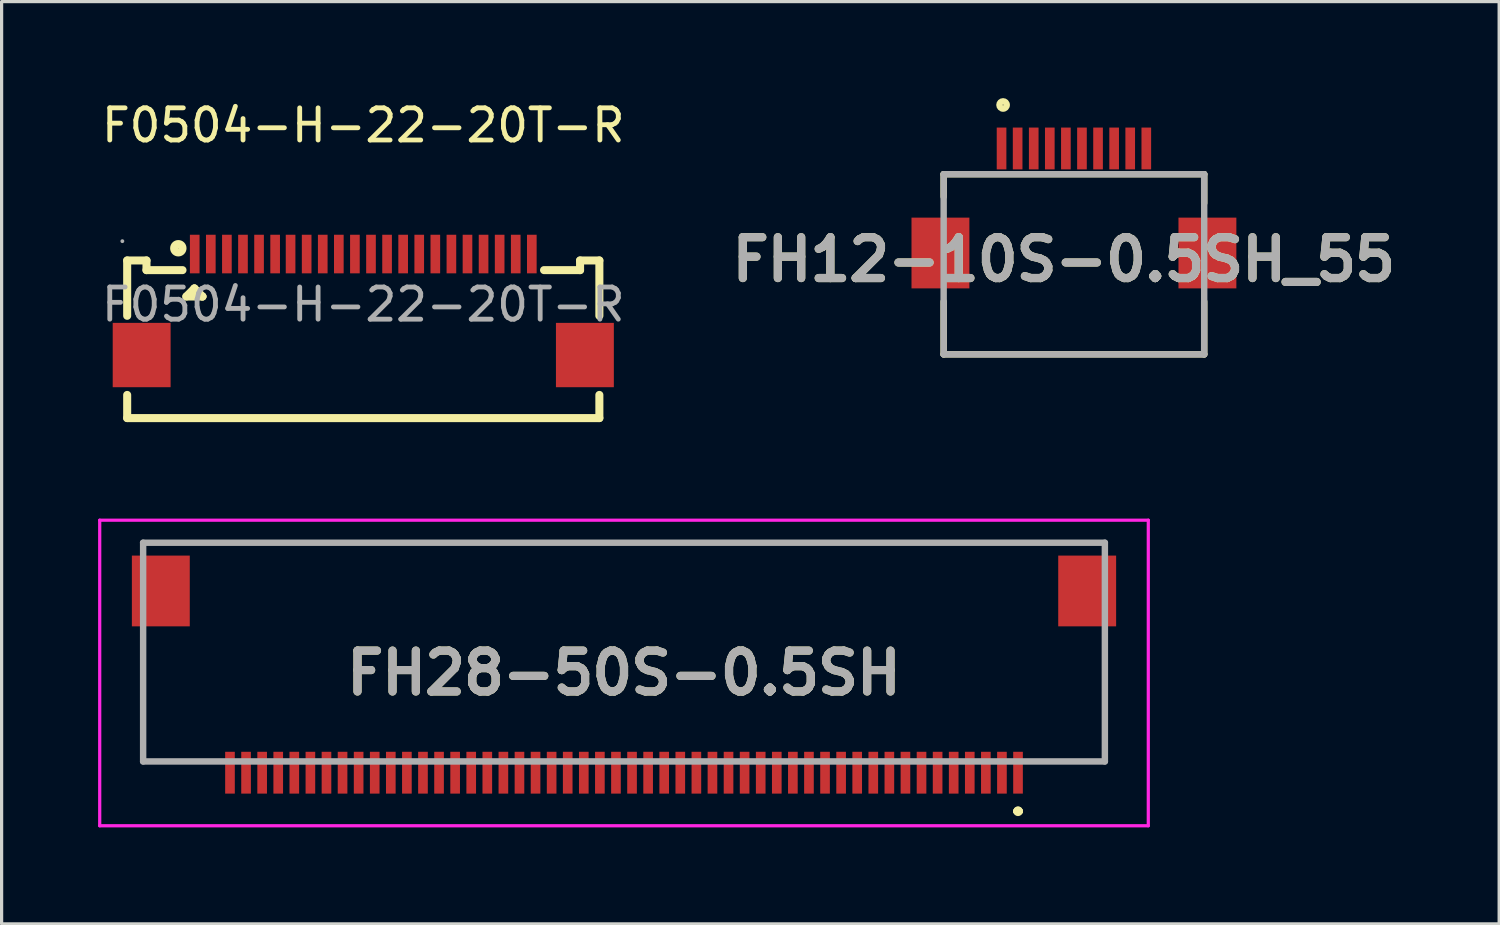
<source format=kicad_pcb>
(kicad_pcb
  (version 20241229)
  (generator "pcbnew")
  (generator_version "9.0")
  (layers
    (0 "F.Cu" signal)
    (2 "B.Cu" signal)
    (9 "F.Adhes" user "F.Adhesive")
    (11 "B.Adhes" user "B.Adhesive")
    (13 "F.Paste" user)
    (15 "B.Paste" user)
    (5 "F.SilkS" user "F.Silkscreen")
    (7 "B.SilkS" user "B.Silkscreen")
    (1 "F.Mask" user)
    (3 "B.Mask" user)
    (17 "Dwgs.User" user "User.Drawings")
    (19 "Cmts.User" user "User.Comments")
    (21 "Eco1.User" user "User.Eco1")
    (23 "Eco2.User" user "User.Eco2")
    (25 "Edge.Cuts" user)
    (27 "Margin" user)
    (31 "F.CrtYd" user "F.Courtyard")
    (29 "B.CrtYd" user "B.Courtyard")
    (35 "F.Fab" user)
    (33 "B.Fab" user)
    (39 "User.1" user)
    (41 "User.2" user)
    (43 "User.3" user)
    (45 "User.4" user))
  (footprint "FH12-10S-0.5SH_55"
    (layer "F.Cu")
    (at 30.338 1.566)
    (property "Reference" "FH12-10S-0.5SH_55" (at -0.315 3.454 0) (layer "F.SilkS") (effects (font (size 1.27 1.27) (thickness 0.254))))
    (attr smd)
    (fp_line (start -4.05 0.8) (end -4.05 1.5) (stroke (width 0.2) (type solid)) (layer "F.SilkS"))
    (fp_line (start -4.05 0.8) (end 4.05 0.8) (stroke (width 0.2) (type solid)) (layer "F.SilkS"))
    (fp_line (start -4.05 6.4) (end -4.05 4.76) (stroke (width 0.2) (type solid)) (layer "F.SilkS"))
    (fp_line (start -4.05 6.4) (end 4.05 6.4) (stroke (width 0.2) (type solid)) (layer "F.SilkS"))
    (fp_line (start 4.05 0.8) (end 4.05 1.7) (stroke (width 0.2) (type solid)) (layer "F.SilkS"))
    (fp_line (start 4.05 6.4) (end 4.05 4.76) (stroke (width 0.2) (type solid)) (layer "F.SilkS"))
    (fp_circle (center -2.203 -1.353) (end -2.203 -1.24) (stroke (width 0.2) (type solid)) (fill no) (layer "F.SilkS"))
    (fp_line (start -4.05 0.8) (end 4.05 0.8) (stroke (width 0.2) (type solid)) (layer "F.Fab"))
    (fp_line (start -4.05 6.4) (end -4.05 0.8) (stroke (width 0.2) (type solid)) (layer "F.Fab"))
    (fp_line (start 4.05 0.8) (end 4.05 6.4) (stroke (width 0.2) (type solid)) (layer "F.Fab"))
    (fp_line (start 4.05 6.4) (end -4.05 6.4) (stroke (width 0.2) (type solid)) (layer "F.Fab"))
    (fp_text user "${REFERENCE}" (at -0.315 3.454 0) (layer "F.Fab") (effects (font (size 1.27 1.27) (thickness 0.254))))
    (pad "1" smd rect (at -2.25 0) (size 0.3 1.3) (layers "F.Cu" "F.Mask" "F.Paste"))
    (pad "2" smd rect (at -1.75 0) (size 0.3 1.3) (layers "F.Cu" "F.Mask" "F.Paste"))
    (pad "3" smd rect (at -1.25 0) (size 0.3 1.3) (layers "F.Cu" "F.Mask" "F.Paste"))
    (pad "4" smd rect (at -0.75 0) (size 0.3 1.3) (layers "F.Cu" "F.Mask" "F.Paste"))
    (pad "5" smd rect (at -0.25 0) (size 0.3 1.3) (layers "F.Cu" "F.Mask" "F.Paste"))
    (pad "6" smd rect (at 0.25 0) (size 0.3 1.3) (layers "F.Cu" "F.Mask" "F.Paste"))
    (pad "7" smd rect (at 0.75 0) (size 0.3 1.3) (layers "F.Cu" "F.Mask" "F.Paste"))
    (pad "8" smd rect (at 1.25 0) (size 0.3 1.3) (layers "F.Cu" "F.Mask" "F.Paste"))
    (pad "9" smd rect (at 1.75 0) (size 0.3 1.3) (layers "F.Cu" "F.Mask" "F.Paste"))
    (pad "10" smd rect (at 2.25 0) (size 0.3 1.3) (layers "F.Cu" "F.Mask" "F.Paste"))
    (pad "11" smd rect (at -4.15 3.25) (size 1.8 2.2) (layers "F.Cu" "F.Mask" "F.Paste"))
    (pad "12" smd rect (at 4.15 3.25) (size 1.8 2.2) (layers "F.Cu" "F.Mask" "F.Paste")))
  (footprint "F0504-H-22-20T-R"
    (layer "F.Cu")
    (at 8.244 6.418)
    (property "Reference" "F0504-H-22-20T-R" (at 0 -5.57 0) (layer "F.SilkS") (effects (font (size 1 1) (thickness 0.15))))
    (attr smd)
    (fp_line (start -7.34 -1.37) (end -6.74 -1.37) (stroke (width 0.25) (type solid)) (layer "F.SilkS"))
    (fp_line (start -7.34 0.35) (end -7.34 -1.37) (stroke (width 0.25) (type solid)) (layer "F.SilkS"))
    (fp_line (start -7.34 3.53) (end -7.34 2.81) (stroke (width 0.25) (type solid)) (layer "F.SilkS"))
    (fp_line (start -6.74 -1.37) (end -6.74 -1.07) (stroke (width 0.25) (type solid)) (layer "F.SilkS"))
    (fp_line (start -6.74 -1.07) (end -5.62 -1.07) (stroke (width 0.25) (type solid)) (layer "F.SilkS"))
    (fp_line (start -5.5 -0.25) (end -5 -0.25) (stroke (width 0.25) (type solid)) (layer "F.SilkS"))
    (fp_line (start -5.25 -0.5) (end -5.5 -0.25) (stroke (width 0.25) (type solid)) (layer "F.SilkS"))
    (fp_line (start -5.25 -0.5) (end -5.25 -0.5) (stroke (width 0.25) (type solid)) (layer "F.SilkS"))
    (fp_line (start -5 -0.25) (end -5.25 -0.5) (stroke (width 0.25) (type solid)) (layer "F.SilkS"))
    (fp_line (start -5 -0.25) (end -5 -0.25) (stroke (width 0.25) (type solid)) (layer "F.SilkS"))
    (fp_line (start 5.62 -1.07) (end 6.74 -1.07) (stroke (width 0.25) (type solid)) (layer "F.SilkS"))
    (fp_line (start 6.74 -1.37) (end 6.74 -1.07) (stroke (width 0.25) (type solid)) (layer "F.SilkS"))
    (fp_line (start 7.34 -1.37) (end 6.74 -1.37) (stroke (width 0.25) (type solid)) (layer "F.SilkS"))
    (fp_line (start 7.34 -1.37) (end 7.34 0.35) (stroke (width 0.25) (type solid)) (layer "F.SilkS"))
    (fp_line (start 7.34 2.81) (end 7.34 3.53) (stroke (width 0.25) (type solid)) (layer "F.SilkS"))
    (fp_line (start 7.34 3.53) (end -7.34 3.53) (stroke (width 0.25) (type solid)) (layer "F.SilkS"))
    (fp_circle (center -5.75 -1.75) (end -5.62 -1.75) (stroke (width 0.25) (type solid)) (fill no) (layer "F.SilkS"))
    (fp_circle (center -7.49 -1.97) (end -7.46 -1.97) (stroke (width 0.06) (type solid)) (fill no) (layer "F.Fab"))
    (fp_text user "${REFERENCE}" (at 0 0 0) (layer "F.Fab") (effects (font (size 1 1) (thickness 0.15))))
    (pad "1" smd rect (at -5.24 -1.57) (size 0.3 1.2) (layers "F.Cu" "F.Mask" "F.Paste"))
    (pad "2" smd rect (at -4.74 -1.57) (size 0.3 1.2) (layers "F.Cu" "F.Mask" "F.Paste"))
    (pad "3" smd rect (at -4.24 -1.57) (size 0.3 1.2) (layers "F.Cu" "F.Mask" "F.Paste"))
    (pad "4" smd rect (at -3.74 -1.57) (size 0.3 1.2) (layers "F.Cu" "F.Mask" "F.Paste"))
    (pad "5" smd rect (at -3.24 -1.57) (size 0.3 1.2) (layers "F.Cu" "F.Mask" "F.Paste"))
    (pad "6" smd rect (at -2.74 -1.57) (size 0.3 1.2) (layers "F.Cu" "F.Mask" "F.Paste"))
    (pad "7" smd rect (at -2.26 -1.57) (size 0.3 1.2) (layers "F.Cu" "F.Mask" "F.Paste"))
    (pad "8" smd rect (at -1.76 -1.57) (size 0.3 1.2) (layers "F.Cu" "F.Mask" "F.Paste"))
    (pad "9" smd rect (at -1.26 -1.57) (size 0.3 1.2) (layers "F.Cu" "F.Mask" "F.Paste"))
    (pad "10" smd rect (at -0.76 -1.57) (size 0.3 1.2) (layers "F.Cu" "F.Mask" "F.Paste"))
    (pad "11" smd rect (at -0.26 -1.57) (size 0.3 1.2) (layers "F.Cu" "F.Mask" "F.Paste"))
    (pad "12" smd rect (at 0.24 -1.57) (size 0.3 1.2) (layers "F.Cu" "F.Mask" "F.Paste"))
    (pad "13" smd rect (at 0.74 -1.57) (size 0.3 1.2) (layers "F.Cu" "F.Mask" "F.Paste"))
    (pad "14" smd rect (at 1.24 -1.57) (size 0.3 1.2) (layers "F.Cu" "F.Mask" "F.Paste"))
    (pad "15" smd rect (at 1.74 -1.57) (size 0.3 1.2) (layers "F.Cu" "F.Mask" "F.Paste"))
    (pad "16" smd rect (at 2.24 -1.57) (size 0.3 1.2) (layers "F.Cu" "F.Mask" "F.Paste"))
    (pad "17" smd rect (at 2.74 -1.57) (size 0.3 1.2) (layers "F.Cu" "F.Mask" "F.Paste"))
    (pad "18" smd rect (at 3.24 -1.57) (size 0.3 1.2) (layers "F.Cu" "F.Mask" "F.Paste"))
    (pad "19" smd rect (at 3.74 -1.57) (size 0.3 1.2) (layers "F.Cu" "F.Mask" "F.Paste"))
    (pad "20" smd rect (at 4.24 -1.57) (size 0.3 1.2) (layers "F.Cu" "F.Mask" "F.Paste"))
    (pad "21" smd rect (at 4.74 -1.57) (size 0.3 1.2) (layers "F.Cu" "F.Mask" "F.Paste"))
    (pad "22" smd rect (at 5.24 -1.57) (size 0.3 1.2) (layers "F.Cu" "F.Mask" "F.Paste"))
    (pad "23" smd rect (at 6.89 1.57 90) (size 2 1.8) (layers "F.Cu" "F.Mask" "F.Paste"))
    (pad "24" smd rect (at -6.89 1.57 90) (size 2 1.8) (layers "F.Cu" "F.Mask" "F.Paste")))
  (footprint "FH28-50S-0.5SH"
    (layer "F.Cu")
    (at 16.35 17.873)
    (property "Reference" "FH28-50S-0.5SH" (at 0 0 0) (layer "F.SilkS") (effects (font (size 1.27 1.27) (thickness 0.254))))
    (attr smd)
    (fp_line (start -15 -4.05) (end 14.95 -4.05) (stroke (width 0.1) (type solid)) (layer "F.SilkS"))
    (fp_line (start -14.95 -0.25) (end -14.95 -0.25) (stroke (width 0.1) (type solid)) (layer "F.SilkS"))
    (fp_line (start -14.95 -0.25) (end -14.95 2.75) (stroke (width 0.1) (type solid)) (layer "F.SilkS"))
    (fp_line (start -14.95 2.75) (end -14.95 -0.25) (stroke (width 0.1) (type solid)) (layer "F.SilkS"))
    (fp_line (start -14.95 2.75) (end -14.95 2.75) (stroke (width 0.1) (type solid)) (layer "F.SilkS"))
    (fp_line (start 12.2 4.3) (end 12.2 4.3) (stroke (width 0.2) (type solid)) (layer "F.SilkS"))
    (fp_line (start 12.3 4.3) (end 12.3 4.3) (stroke (width 0.2) (type solid)) (layer "F.SilkS"))
    (fp_line (start 12.3 4.3) (end 12.3 4.3) (stroke (width 0.2) (type solid)) (layer "F.SilkS"))
    (fp_line (start 13 2.75) (end 13 2.75) (stroke (width 0.1) (type solid)) (layer "F.SilkS"))
    (fp_line (start 13 2.75) (end 14.95 2.75) (stroke (width 0.1) (type solid)) (layer "F.SilkS"))
    (fp_line (start 14.95 -0.25) (end 14.95 -0.25) (stroke (width 0.1) (type solid)) (layer "F.SilkS"))
    (fp_line (start 14.95 -0.25) (end 14.95 2.75) (stroke (width 0.1) (type solid)) (layer "F.SilkS"))
    (fp_line (start 14.95 2.75) (end 13 2.75) (stroke (width 0.1) (type solid)) (layer "F.SilkS"))
    (fp_line (start 14.95 2.75) (end 14.95 -0.25) (stroke (width 0.1) (type solid)) (layer "F.SilkS"))
    (fp_line (start 14.95 2.75) (end 14.95 2.75) (stroke (width 0.1) (type solid)) (layer "F.SilkS"))
    (fp_line (start 14.95 2.75) (end 14.95 2.75) (stroke (width 0.1) (type solid)) (layer "F.SilkS"))
    (fp_arc (start 12.2 4.3) (mid 12.25 4.25) (end 12.3 4.3) (stroke (width 0.2) (type solid)) (layer "F.SilkS"))
    (fp_arc (start 12.2 4.3) (mid 12.25 4.25) (end 12.3 4.3) (stroke (width 0.2) (type solid)) (layer "F.SilkS"))
    (fp_arc (start 12.3 4.3) (mid 12.25 4.35) (end 12.2 4.3) (stroke (width 0.2) (type solid)) (layer "F.SilkS"))
    (fp_line (start -16.3 -4.75) (end -16.3 4.75) (stroke (width 0.1) (type solid)) (layer "F.CrtYd"))
    (fp_line (start -16.3 4.75) (end 16.3 4.75) (stroke (width 0.1) (type solid)) (layer "F.CrtYd"))
    (fp_line (start 16.3 -4.75) (end -16.3 -4.75) (stroke (width 0.1) (type solid)) (layer "F.CrtYd"))
    (fp_line (start 16.3 4.75) (end 16.3 -4.75) (stroke (width 0.1) (type solid)) (layer "F.CrtYd"))
    (fp_line (start -14.95 -4.05) (end 14.95 -4.05) (stroke (width 0.2) (type solid)) (layer "F.Fab"))
    (fp_line (start -14.95 2.75) (end -14.95 -4.05) (stroke (width 0.2) (type solid)) (layer "F.Fab"))
    (fp_line (start 14.95 -4.05) (end 14.95 2.75) (stroke (width 0.2) (type solid)) (layer "F.Fab"))
    (fp_line (start 14.95 2.75) (end -14.95 2.75) (stroke (width 0.2) (type solid)) (layer "F.Fab"))
    (fp_text user "${REFERENCE}" (at 0 0 0) (layer "F.Fab") (effects (font (size 1.27 1.27) (thickness 0.254))))
    (pad "1" smd rect (at 12.25 3.1) (size 0.3 1.3) (layers "F.Cu" "F.Mask" "F.Paste"))
    (pad "2" smd rect (at 11.75 3.1) (size 0.3 1.3) (layers "F.Cu" "F.Mask" "F.Paste"))
    (pad "3" smd rect (at 11.25 3.1) (size 0.3 1.3) (layers "F.Cu" "F.Mask" "F.Paste"))
    (pad "4" smd rect (at 10.75 3.1) (size 0.3 1.3) (layers "F.Cu" "F.Mask" "F.Paste"))
    (pad "5" smd rect (at 10.25 3.1) (size 0.3 1.3) (layers "F.Cu" "F.Mask" "F.Paste"))
    (pad "6" smd rect (at 9.75 3.1) (size 0.3 1.3) (layers "F.Cu" "F.Mask" "F.Paste"))
    (pad "7" smd rect (at 9.25 3.1) (size 0.3 1.3) (layers "F.Cu" "F.Mask" "F.Paste"))
    (pad "8" smd rect (at 8.75 3.1) (size 0.3 1.3) (layers "F.Cu" "F.Mask" "F.Paste"))
    (pad "9" smd rect (at 8.25 3.1) (size 0.3 1.3) (layers "F.Cu" "F.Mask" "F.Paste"))
    (pad "10" smd rect (at 7.75 3.1) (size 0.3 1.3) (layers "F.Cu" "F.Mask" "F.Paste"))
    (pad "11" smd rect (at 7.25 3.1) (size 0.3 1.3) (layers "F.Cu" "F.Mask" "F.Paste"))
    (pad "12" smd rect (at 6.75 3.1) (size 0.3 1.3) (layers "F.Cu" "F.Mask" "F.Paste"))
    (pad "13" smd rect (at 6.25 3.1) (size 0.3 1.3) (layers "F.Cu" "F.Mask" "F.Paste"))
    (pad "14" smd rect (at 5.75 3.1) (size 0.3 1.3) (layers "F.Cu" "F.Mask" "F.Paste"))
    (pad "15" smd rect (at 5.25 3.1) (size 0.3 1.3) (layers "F.Cu" "F.Mask" "F.Paste"))
    (pad "16" smd rect (at 4.75 3.1) (size 0.3 1.3) (layers "F.Cu" "F.Mask" "F.Paste"))
    (pad "17" smd rect (at 4.25 3.1) (size 0.3 1.3) (layers "F.Cu" "F.Mask" "F.Paste"))
    (pad "18" smd rect (at 3.75 3.1) (size 0.3 1.3) (layers "F.Cu" "F.Mask" "F.Paste"))
    (pad "19" smd rect (at 3.25 3.1) (size 0.3 1.3) (layers "F.Cu" "F.Mask" "F.Paste"))
    (pad "20" smd rect (at 2.75 3.1) (size 0.3 1.3) (layers "F.Cu" "F.Mask" "F.Paste"))
    (pad "21" smd rect (at 2.25 3.1) (size 0.3 1.3) (layers "F.Cu" "F.Mask" "F.Paste"))
    (pad "22" smd rect (at 1.75 3.1) (size 0.3 1.3) (layers "F.Cu" "F.Mask" "F.Paste"))
    (pad "23" smd rect (at 1.25 3.1) (size 0.3 1.3) (layers "F.Cu" "F.Mask" "F.Paste"))
    (pad "24" smd rect (at 0.75 3.1) (size 0.3 1.3) (layers "F.Cu" "F.Mask" "F.Paste"))
    (pad "25" smd rect (at 0.25 3.1) (size 0.3 1.3) (layers "F.Cu" "F.Mask" "F.Paste"))
    (pad "26" smd rect (at -0.25 3.1) (size 0.3 1.3) (layers "F.Cu" "F.Mask" "F.Paste"))
    (pad "27" smd rect (at -0.75 3.1) (size 0.3 1.3) (layers "F.Cu" "F.Mask" "F.Paste"))
    (pad "28" smd rect (at -1.25 3.1) (size 0.3 1.3) (layers "F.Cu" "F.Mask" "F.Paste"))
    (pad "29" smd rect (at -1.75 3.1) (size 0.3 1.3) (layers "F.Cu" "F.Mask" "F.Paste"))
    (pad "30" smd rect (at -2.25 3.1) (size 0.3 1.3) (layers "F.Cu" "F.Mask" "F.Paste"))
    (pad "31" smd rect (at -2.75 3.1) (size 0.3 1.3) (layers "F.Cu" "F.Mask" "F.Paste"))
    (pad "32" smd rect (at -3.25 3.1) (size 0.3 1.3) (layers "F.Cu" "F.Mask" "F.Paste"))
    (pad "33" smd rect (at -3.75 3.1) (size 0.3 1.3) (layers "F.Cu" "F.Mask" "F.Paste"))
    (pad "34" smd rect (at -4.25 3.1) (size 0.3 1.3) (layers "F.Cu" "F.Mask" "F.Paste"))
    (pad "35" smd rect (at -4.75 3.1) (size 0.3 1.3) (layers "F.Cu" "F.Mask" "F.Paste"))
    (pad "36" smd rect (at -5.25 3.1) (size 0.3 1.3) (layers "F.Cu" "F.Mask" "F.Paste"))
    (pad "37" smd rect (at -5.75 3.1) (size 0.3 1.3) (layers "F.Cu" "F.Mask" "F.Paste"))
    (pad "38" smd rect (at -6.25 3.1) (size 0.3 1.3) (layers "F.Cu" "F.Mask" "F.Paste"))
    (pad "39" smd rect (at -6.75 3.1) (size 0.3 1.3) (layers "F.Cu" "F.Mask" "F.Paste"))
    (pad "40" smd rect (at -7.25 3.1) (size 0.3 1.3) (layers "F.Cu" "F.Mask" "F.Paste"))
    (pad "41" smd rect (at -7.75 3.1) (size 0.3 1.3) (layers "F.Cu" "F.Mask" "F.Paste"))
    (pad "42" smd rect (at -8.25 3.1) (size 0.3 1.3) (layers "F.Cu" "F.Mask" "F.Paste"))
    (pad "43" smd rect (at -8.75 3.1) (size 0.3 1.3) (layers "F.Cu" "F.Mask" "F.Paste"))
    (pad "44" smd rect (at -9.25 3.1) (size 0.3 1.3) (layers "F.Cu" "F.Mask" "F.Paste"))
    (pad "45" smd rect (at -9.75 3.1) (size 0.3 1.3) (layers "F.Cu" "F.Mask" "F.Paste"))
    (pad "46" smd rect (at -10.25 3.1) (size 0.3 1.3) (layers "F.Cu" "F.Mask" "F.Paste"))
    (pad "47" smd rect (at -10.75 3.1) (size 0.3 1.3) (layers "F.Cu" "F.Mask" "F.Paste"))
    (pad "48" smd rect (at -11.25 3.1) (size 0.3 1.3) (layers "F.Cu" "F.Mask" "F.Paste"))
    (pad "49" smd rect (at -11.75 3.1) (size 0.3 1.3) (layers "F.Cu" "F.Mask" "F.Paste"))
    (pad "50" smd rect (at -12.25 3.1) (size 0.3 1.3) (layers "F.Cu" "F.Mask" "F.Paste"))
    (pad "51" smd rect (at -14.4 -2.55) (size 1.8 2.2) (layers "F.Cu" "F.Mask" "F.Paste"))
    (pad "52" smd rect (at 14.4 -2.55) (size 1.8 2.2) (layers "F.Cu" "F.Mask" "F.Paste")))
  (gr_rect
    (start -3 -3)
    (end 43.558 25.673)
    (stroke (width 0.1) (type default))
    (fill no)
    (layer "Edge.Cuts")))
</source>
